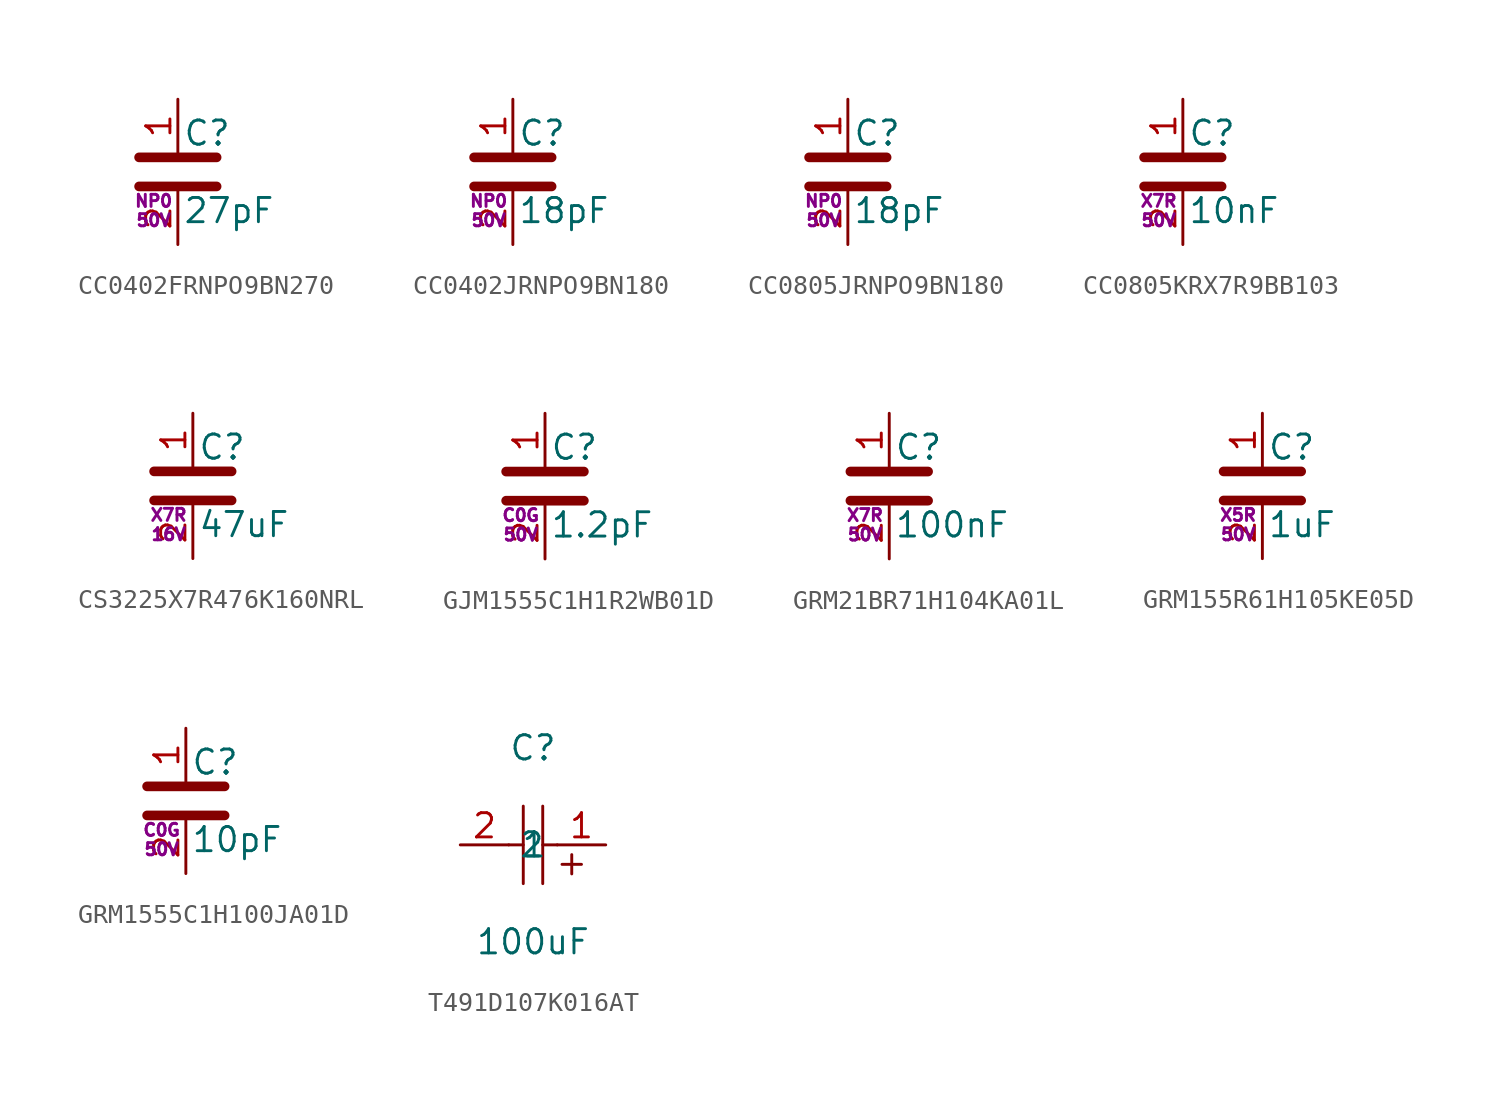
<source format=kicad_sym>
(kicad_symbol_lib
  (version 20211014)
  (generator None)
  (symbol "CC0402FRNPO9BN270"
    (pin_names
      (offset 0))
    (property "Reference" "C"
      (at 0.254 2.032 0)
      (effects (font (size 1.27 1.27)) (justify left)))
    (property "Value" "27pF"
      (at 0.254 -2.032 0)
      (effects (font (size 1.27 1.27)) (justify left)))
    (property "Dielectric" "NP0"
      (at -1.27 -1.524 0)
      (effects (font (size 0.635 0.635))))
    (property "Voltage" "50V"
      (at -1.27 -2.54 0)
      (effects (font (size 0.635 0.635))))
    (symbol "CC0402FRNPO9BN270_0_1"
      (polyline (pts (xy -2.032 0.762) (xy 2.032 0.762)) (stroke (width 0.508) (type default)) (fill (type none)))
      (polyline (pts (xy -2.032 -0.762) (xy 2.032 -0.762)) (stroke (width 0.508) (type default)) (fill (type none))))
    (symbol "CC0402FRNPO9BN270_1_1"
      (pin passive line (at 0 3.81 270) (length 2.794) (name "~" (effects (font (size 1.27 1.27)))) (number "1" (effects (font (size 1.27 1.27)))))
      (pin passive line (at 0 -3.81 90) (length 2.794) (name "~" (effects (font (size 1.27 1.27)))) (number "2" (effects (font (size 1.27 1.27)))))))
  (symbol "CC0402JRNPO9BN180"
    (pin_names
      (offset 0))
    (property "Reference" "C"
      (at 0.254 2.032 0)
      (effects (font (size 1.27 1.27)) (justify left)))
    (property "Value" "18pF"
      (at 0.254 -2.032 0)
      (effects (font (size 1.27 1.27)) (justify left)))
    (property "Dielectric" "NP0"
      (at -1.27 -1.524 0)
      (effects (font (size 0.635 0.635))))
    (property "Voltage" "50V"
      (at -1.27 -2.54 0)
      (effects (font (size 0.635 0.635))))
    (symbol "CC0402JRNPO9BN180_0_1"
      (polyline (pts (xy -2.032 0.762) (xy 2.032 0.762)) (stroke (width 0.508) (type default)) (fill (type none)))
      (polyline (pts (xy -2.032 -0.762) (xy 2.032 -0.762)) (stroke (width 0.508) (type default)) (fill (type none))))
    (symbol "CC0402JRNPO9BN180_1_1"
      (pin passive line (at 0 3.81 270) (length 2.794) (name "~" (effects (font (size 1.27 1.27)))) (number "1" (effects (font (size 1.27 1.27)))))
      (pin passive line (at 0 -3.81 90) (length 2.794) (name "~" (effects (font (size 1.27 1.27)))) (number "2" (effects (font (size 1.27 1.27)))))))
  (symbol "CC0805JRNPO9BN180"
    (pin_names
      (offset 0))
    (property "Reference" "C"
      (at 0.254 2.032 0)
      (effects (font (size 1.27 1.27)) (justify left)))
    (property "Value" "18pF"
      (at 0.254 -2.032 0)
      (effects (font (size 1.27 1.27)) (justify left)))
    (property "Dielectric" "NP0"
      (at -1.27 -1.524 0)
      (effects (font (size 0.635 0.635))))
    (property "Voltage" "50V"
      (at -1.27 -2.54 0)
      (effects (font (size 0.635 0.635))))
    (symbol "CC0805JRNPO9BN180_0_1"
      (polyline (pts (xy -2.032 0.762) (xy 2.032 0.762)) (stroke (width 0.508) (type default)) (fill (type none)))
      (polyline (pts (xy -2.032 -0.762) (xy 2.032 -0.762)) (stroke (width 0.508) (type default)) (fill (type none))))
    (symbol "CC0805JRNPO9BN180_1_1"
      (pin passive line (at 0 3.81 270) (length 2.794) (name "~" (effects (font (size 1.27 1.27)))) (number "1" (effects (font (size 1.27 1.27)))))
      (pin passive line (at 0 -3.81 90) (length 2.794) (name "~" (effects (font (size 1.27 1.27)))) (number "2" (effects (font (size 1.27 1.27)))))))
  (symbol "CC0805KRX7R9BB103"
    (pin_names
      (offset 0))
    (property "Reference" "C"
      (at 0.254 2.032 0)
      (effects (font (size 1.27 1.27)) (justify left)))
    (property "Value" "10nF"
      (at 0.254 -2.032 0)
      (effects (font (size 1.27 1.27)) (justify left)))
    (property "Dielectric" "X7R"
      (at -1.27 -1.524 0)
      (effects (font (size 0.635 0.635))))
    (property "Voltage" "50V"
      (at -1.27 -2.54 0)
      (effects (font (size 0.635 0.635))))
    (symbol "CC0805KRX7R9BB103_0_1"
      (polyline (pts (xy -2.032 0.762) (xy 2.032 0.762)) (stroke (width 0.508) (type default)) (fill (type none)))
      (polyline (pts (xy -2.032 -0.762) (xy 2.032 -0.762)) (stroke (width 0.508) (type default)) (fill (type none))))
    (symbol "CC0805KRX7R9BB103_1_1"
      (pin passive line (at 0 3.81 270) (length 2.794) (name "~" (effects (font (size 1.27 1.27)))) (number "1" (effects (font (size 1.27 1.27)))))
      (pin passive line (at 0 -3.81 90) (length 2.794) (name "~" (effects (font (size 1.27 1.27)))) (number "2" (effects (font (size 1.27 1.27)))))))
  (symbol "CS3225X7R476K160NRL"
    (pin_names
      (offset 0))
    (property "Reference" "C"
      (at 0.254 2.032 0)
      (effects (font (size 1.27 1.27)) (justify left)))
    (property "Value" "47uF"
      (at 0.254 -2.032 0)
      (effects (font (size 1.27 1.27)) (justify left)))
    (property "Dielectric" "X7R"
      (at -1.27 -1.524 0)
      (effects (font (size 0.635 0.635))))
    (property "Voltage" "16V"
      (at -1.27 -2.54 0)
      (effects (font (size 0.635 0.635))))
    (symbol "CS3225X7R476K160NRL_0_1"
      (polyline (pts (xy -2.032 0.762) (xy 2.032 0.762)) (stroke (width 0.508) (type default)) (fill (type none)))
      (polyline (pts (xy -2.032 -0.762) (xy 2.032 -0.762)) (stroke (width 0.508) (type default)) (fill (type none))))
    (symbol "CS3225X7R476K160NRL_1_1"
      (pin passive line (at 0 3.81 270) (length 2.794) (name "~" (effects (font (size 1.27 1.27)))) (number "1" (effects (font (size 1.27 1.27)))))
      (pin passive line (at 0 -3.81 90) (length 2.794) (name "~" (effects (font (size 1.27 1.27)))) (number "2" (effects (font (size 1.27 1.27)))))))
  (symbol "GJM1555C1H1R2WB01D"
    (pin_names
      (offset 0))
    (property "Reference" "C"
      (at 0.254 2.032 0)
      (effects (font (size 1.27 1.27)) (justify left)))
    (property "Value" "1.2pF"
      (at 0.254 -2.032 0)
      (effects (font (size 1.27 1.27)) (justify left)))
    (property "Dielectric" "C0G"
      (at -1.27 -1.524 0)
      (effects (font (size 0.635 0.635))))
    (property "Voltage" "50V"
      (at -1.27 -2.54 0)
      (effects (font (size 0.635 0.635))))
    (symbol "GJM1555C1H1R2WB01D_0_1"
      (polyline (pts (xy -2.032 0.762) (xy 2.032 0.762)) (stroke (width 0.508) (type default)) (fill (type none)))
      (polyline (pts (xy -2.032 -0.762) (xy 2.032 -0.762)) (stroke (width 0.508) (type default)) (fill (type none))))
    (symbol "GJM1555C1H1R2WB01D_1_1"
      (pin passive line (at 0 3.81 270) (length 2.794) (name "~" (effects (font (size 1.27 1.27)))) (number "1" (effects (font (size 1.27 1.27)))))
      (pin passive line (at 0 -3.81 90) (length 2.794) (name "~" (effects (font (size 1.27 1.27)))) (number "2" (effects (font (size 1.27 1.27)))))))
  (symbol "GRM21BR71H104KA01L"
    (pin_names
      (offset 0))
    (property "Reference" "C"
      (at 0.254 2.032 0)
      (effects (font (size 1.27 1.27)) (justify left)))
    (property "Value" "100nF"
      (at 0.254 -2.032 0)
      (effects (font (size 1.27 1.27)) (justify left)))
    (property "Dielectric" "X7R"
      (at -1.27 -1.524 0)
      (effects (font (size 0.635 0.635))))
    (property "Voltage" "50V"
      (at -1.27 -2.54 0)
      (effects (font (size 0.635 0.635))))
    (symbol "GRM21BR71H104KA01L_0_1"
      (polyline (pts (xy -2.032 0.762) (xy 2.032 0.762)) (stroke (width 0.508) (type default)) (fill (type none)))
      (polyline (pts (xy -2.032 -0.762) (xy 2.032 -0.762)) (stroke (width 0.508) (type default)) (fill (type none))))
    (symbol "GRM21BR71H104KA01L_1_1"
      (pin passive line (at 0 3.81 270) (length 2.794) (name "~" (effects (font (size 1.27 1.27)))) (number "1" (effects (font (size 1.27 1.27)))))
      (pin passive line (at 0 -3.81 90) (length 2.794) (name "~" (effects (font (size 1.27 1.27)))) (number "2" (effects (font (size 1.27 1.27)))))))
  (symbol "GRM155R61H105KE05D"
    (pin_names
      (offset 0))
    (property "Reference" "C"
      (at 0.254 2.032 0)
      (effects (font (size 1.27 1.27)) (justify left)))
    (property "Value" "1uF"
      (at 0.254 -2.032 0)
      (effects (font (size 1.27 1.27)) (justify left)))
    (property "Dielectric" "X5R"
      (at -1.27 -1.524 0)
      (effects (font (size 0.635 0.635))))
    (property "Voltage" "50V"
      (at -1.27 -2.54 0)
      (effects (font (size 0.635 0.635))))
    (symbol "GRM155R61H105KE05D_0_1"
      (polyline (pts (xy -2.032 0.762) (xy 2.032 0.762)) (stroke (width 0.508) (type default)) (fill (type none)))
      (polyline (pts (xy -2.032 -0.762) (xy 2.032 -0.762)) (stroke (width 0.508) (type default)) (fill (type none))))
    (symbol "GRM155R61H105KE05D_1_1"
      (pin passive line (at 0 3.81 270) (length 2.794) (name "~" (effects (font (size 1.27 1.27)))) (number "1" (effects (font (size 1.27 1.27)))))
      (pin passive line (at 0 -3.81 90) (length 2.794) (name "~" (effects (font (size 1.27 1.27)))) (number "2" (effects (font (size 1.27 1.27)))))))
  (symbol "GRM1555C1H100JA01D"
    (pin_names
      (offset 0))
    (property "Reference" "C"
      (at 0.254 2.032 0)
      (effects (font (size 1.27 1.27)) (justify left)))
    (property "Value" "10pF"
      (at 0.254 -2.032 0)
      (effects (font (size 1.27 1.27)) (justify left)))
    (property "Dielectric" "C0G"
      (at -1.27 -1.524 0)
      (effects (font (size 0.635 0.635))))
    (property "Voltage" "50V"
      (at -1.27 -2.54 0)
      (effects (font (size 0.635 0.635))))
    (symbol "GRM1555C1H100JA01D_0_1"
      (polyline (pts (xy -2.032 0.762) (xy 2.032 0.762)) (stroke (width 0.508) (type default)) (fill (type none)))
      (polyline (pts (xy -2.032 -0.762) (xy 2.032 -0.762)) (stroke (width 0.508) (type default)) (fill (type none))))
    (symbol "GRM1555C1H100JA01D_1_1"
      (pin passive line (at 0 3.81 270) (length 2.794) (name "~" (effects (font (size 1.27 1.27)))) (number "1" (effects (font (size 1.27 1.27)))))
      (pin passive line (at 0 -3.81 90) (length 2.794) (name "~" (effects (font (size 1.27 1.27)))) (number "2" (effects (font (size 1.27 1.27)))))))
  (symbol "T491D107K016AT"
    (property "Reference" "C"
      (at 0 5.08 0)
      (effects (font (size 1.27 1.27))))
    (property "Value" "100uF"
      (at 0 -5.08 0)
      (effects (font (size 1.27 1.27))))
    (symbol "T491D107K016AT_0_1"
      (polyline (pts (xy -0.51 0) (xy -1.27 0)) (stroke (width 0) (type default)) (fill (type none)))
      (polyline (pts (xy -0.51 -2.03) (xy -0.51 2.03)) (stroke (width 0) (type default)) (fill (type none)))
      (polyline (pts (xy 0.51 -2.03) (xy 0.51 2.03)) (stroke (width 0) (type default)) (fill (type none)))
      (polyline (pts (xy 1.27 0) (xy 0.51 0)) (stroke (width 0) (type default)) (fill (type none)))
      (polyline (pts (xy 2.03 -1.52) (xy 2.03 -0.51)) (stroke (width 0) (type default)) (fill (type none)))
      (polyline (pts (xy 2.54 -1.02) (xy 1.52 -1.02)) (stroke (width 0) (type default)) (fill (type none)))
      (pin input line (at -3.81 0 0) (length 2.54) (name "2" (effects (font (size 1.27 1.27)))) (number "2" (effects (font (size 1.27 1.27)))))
      (pin input line (at 3.81 0 180) (length 2.54) (name "1" (effects (font (size 1.27 1.27)))) (number "1" (effects (font (size 1.27 1.27))))))))
</source>
